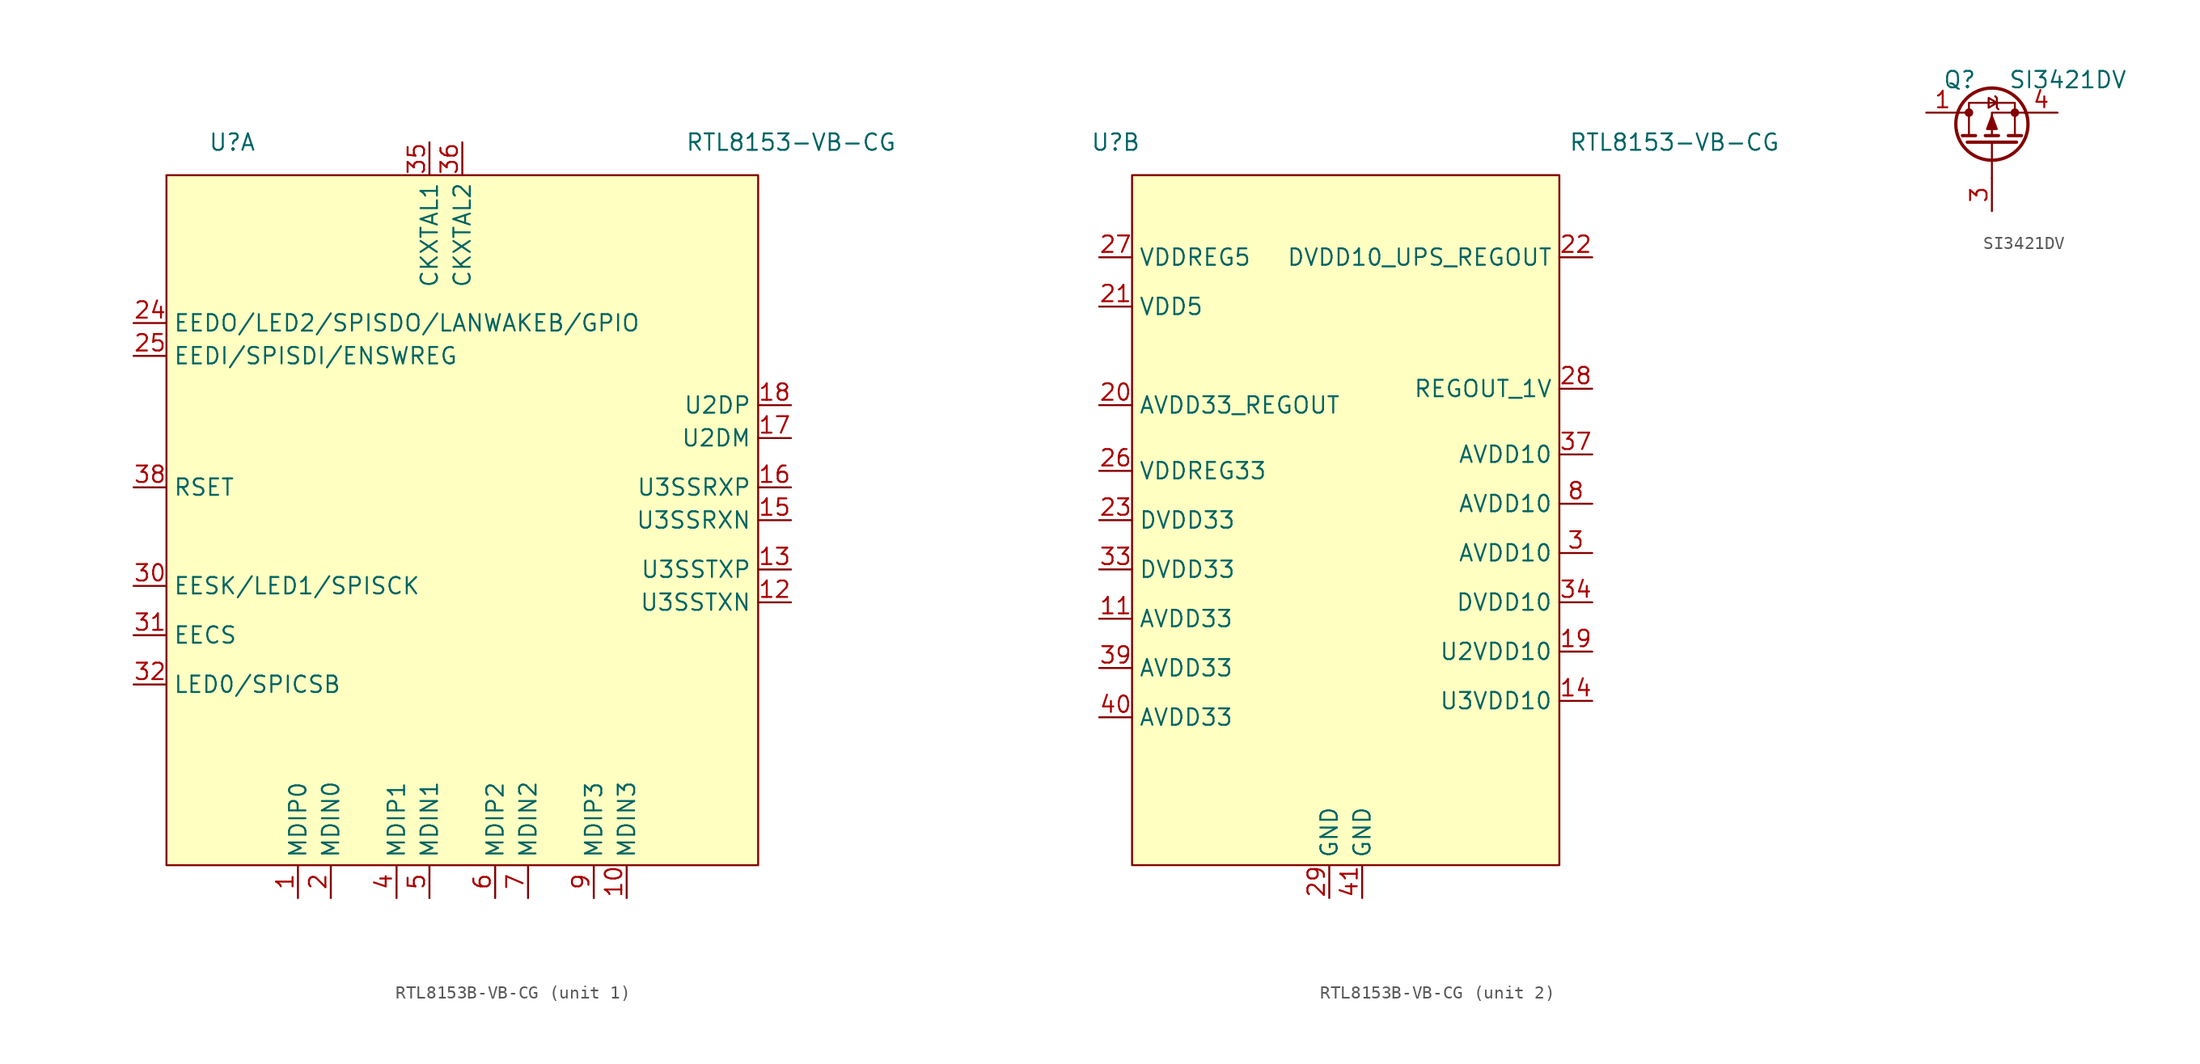
<source format=kicad_sym>
(kicad_symbol_lib
  (version 20231120)
  (generator "kicad_symbol_editor")
  (generator_version "8.0")
  (symbol "RTL8153B-VB-CG"
    (property "Reference" "U"
      (at -17.78 29.21 0)
      (effects (font (size 1.27 1.27))))
    (property "Value" "RTL8153-VB-CG"
      (at 25.4 29.21 0)
      (effects (font (size 1.27 1.27))))
    (property "ki_locked" ""
      (at 0 0 0)
      (effects (font (size 1.27 1.27))))
    (symbol "RTL8153B-VB-CG_1_1"
      (rectangle (start -22.86 26.67) (end 22.86 -26.67) (stroke (width 0) (type default)) (fill (type background)))
      (pin passive line (at -12.7 -29.21 90) (length 2.54) (name "MDIP0" (effects (font (size 1.27 1.27)))) (number "1" (effects (font (size 1.27 1.27)))))
      (pin passive line (at 12.7 -29.21 90) (length 2.54) (name "MDIN3" (effects (font (size 1.27 1.27)))) (number "10" (effects (font (size 1.27 1.27)))))
      (pin output line (at 25.4 -6.35 180) (length 2.54) (name "U3SSTXN" (effects (font (size 1.27 1.27)))) (number "12" (effects (font (size 1.27 1.27)))))
      (pin output line (at 25.4 -3.81 180) (length 2.54) (name "U3SSTXP" (effects (font (size 1.27 1.27)))) (number "13" (effects (font (size 1.27 1.27)))))
      (pin input line (at 25.4 0 180) (length 2.54) (name "U3SSRXN" (effects (font (size 1.27 1.27)))) (number "15" (effects (font (size 1.27 1.27)))))
      (pin input line (at 25.4 2.54 180) (length 2.54) (name "U3SSRXP" (effects (font (size 1.27 1.27)))) (number "16" (effects (font (size 1.27 1.27)))))
      (pin bidirectional line (at 25.4 6.35 180) (length 2.54) (name "U2DM" (effects (font (size 1.27 1.27)))) (number "17" (effects (font (size 1.27 1.27)))))
      (pin bidirectional line (at 25.4 8.89 180) (length 2.54) (name "U2DP" (effects (font (size 1.27 1.27)))) (number "18" (effects (font (size 1.27 1.27)))))
      (pin passive line (at -10.16 -29.21 90) (length 2.54) (name "MDIN0" (effects (font (size 1.27 1.27)))) (number "2" (effects (font (size 1.27 1.27)))))
      (pin passive line (at -25.4 15.24 0) (length 2.54) (name "EEDO/LED2/SPISDO/LANWAKEB/GPIO" (effects (font (size 1.27 1.27)))) (number "24" (effects (font (size 1.27 1.27)))))
      (pin passive line (at -25.4 12.7 0) (length 2.54) (name "EEDI/SPISDI/ENSWREG" (effects (font (size 1.27 1.27)))) (number "25" (effects (font (size 1.27 1.27)))))
      (pin passive line (at -25.4 -5.08 0) (length 2.54) (name "EESK/LED1/SPISCK" (effects (font (size 1.27 1.27)))) (number "30" (effects (font (size 1.27 1.27)))))
      (pin passive line (at -25.4 -8.89 0) (length 2.54) (name "EECS" (effects (font (size 1.27 1.27)))) (number "31" (effects (font (size 1.27 1.27)))))
      (pin passive line (at -25.4 -12.7 0) (length 2.54) (name "LED0/SPICSB" (effects (font (size 1.27 1.27)))) (number "32" (effects (font (size 1.27 1.27)))))
      (pin input line (at -2.54 29.21 270) (length 2.54) (name "CKXTAL1" (effects (font (size 1.27 1.27)))) (number "35" (effects (font (size 1.27 1.27)))))
      (pin bidirectional line (at 0 29.21 270) (length 2.54) (name "CKXTAL2" (effects (font (size 1.27 1.27)))) (number "36" (effects (font (size 1.27 1.27)))))
      (pin passive line (at -25.4 2.54 0) (length 2.54) (name "RSET" (effects (font (size 1.27 1.27)))) (number "38" (effects (font (size 1.27 1.27)))))
      (pin passive line (at -5.08 -29.21 90) (length 2.54) (name "MDIP1" (effects (font (size 1.27 1.27)))) (number "4" (effects (font (size 1.27 1.27)))))
      (pin passive line (at -2.54 -29.21 90) (length 2.54) (name "MDIN1" (effects (font (size 1.27 1.27)))) (number "5" (effects (font (size 1.27 1.27)))))
      (pin passive line (at 2.54 -29.21 90) (length 2.54) (name "MDIP2" (effects (font (size 1.27 1.27)))) (number "6" (effects (font (size 1.27 1.27)))))
      (pin passive line (at 5.08 -29.21 90) (length 2.54) (name "MDIN2" (effects (font (size 1.27 1.27)))) (number "7" (effects (font (size 1.27 1.27)))))
      (pin passive line (at 10.16 -29.21 90) (length 2.54) (name "MDIP3" (effects (font (size 1.27 1.27)))) (number "9" (effects (font (size 1.27 1.27))))))
    (symbol "RTL8153B-VB-CG_2_1"
      (rectangle (start -16.51 26.67) (end 16.51 -26.67) (stroke (width 0) (type default)) (fill (type background)))
      (pin power_in line (at -19.05 -7.62 0) (length 2.54) (name "AVDD33" (effects (font (size 1.27 1.27)))) (number "11" (effects (font (size 1.27 1.27)))))
      (pin power_in line (at 19.05 -13.97 180) (length 2.54) (name "U3VDD10" (effects (font (size 1.27 1.27)))) (number "14" (effects (font (size 1.27 1.27)))))
      (pin power_in line (at 19.05 -10.16 180) (length 2.54) (name "U2VDD10" (effects (font (size 1.27 1.27)))) (number "19" (effects (font (size 1.27 1.27)))))
      (pin power_out line (at -19.05 8.89 0) (length 2.54) (name "AVDD33_REGOUT" (effects (font (size 1.27 1.27)))) (number "20" (effects (font (size 1.27 1.27)))))
      (pin power_in line (at -19.05 16.51 0) (length 2.54) (name "VDD5" (effects (font (size 1.27 1.27)))) (number "21" (effects (font (size 1.27 1.27)))))
      (pin power_out line (at 19.05 20.32 180) (length 2.54) (name "DVDD10_UPS_REGOUT" (effects (font (size 1.27 1.27)))) (number "22" (effects (font (size 1.27 1.27)))))
      (pin power_in line (at -19.05 0 0) (length 2.54) (name "DVDD33" (effects (font (size 1.27 1.27)))) (number "23" (effects (font (size 1.27 1.27)))))
      (pin power_in line (at -19.05 3.81 0) (length 2.54) (name "VDDREG33" (effects (font (size 1.27 1.27)))) (number "26" (effects (font (size 1.27 1.27)))))
      (pin power_in line (at -19.05 20.32 0) (length 2.54) (name "VDDREG5" (effects (font (size 1.27 1.27)))) (number "27" (effects (font (size 1.27 1.27)))))
      (pin power_out line (at 19.05 10.16 180) (length 2.54) (name "REGOUT_1V" (effects (font (size 1.27 1.27)))) (number "28" (effects (font (size 1.27 1.27)))))
      (pin power_in line (at -1.27 -29.21 90) (length 2.54) (name "GND" (effects (font (size 1.27 1.27)))) (number "29" (effects (font (size 1.27 1.27)))))
      (pin power_in line (at 19.05 -2.54 180) (length 2.54) (name "AVDD10" (effects (font (size 1.27 1.27)))) (number "3" (effects (font (size 1.27 1.27)))))
      (pin power_in line (at -19.05 -3.81 0) (length 2.54) (name "DVDD33" (effects (font (size 1.27 1.27)))) (number "33" (effects (font (size 1.27 1.27)))))
      (pin power_in line (at 19.05 -6.35 180) (length 2.54) (name "DVDD10" (effects (font (size 1.27 1.27)))) (number "34" (effects (font (size 1.27 1.27)))))
      (pin power_in line (at 19.05 5.08 180) (length 2.54) (name "AVDD10" (effects (font (size 1.27 1.27)))) (number "37" (effects (font (size 1.27 1.27)))))
      (pin power_in line (at -19.05 -11.43 0) (length 2.54) (name "AVDD33" (effects (font (size 1.27 1.27)))) (number "39" (effects (font (size 1.27 1.27)))))
      (pin power_in line (at -19.05 -15.24 0) (length 2.54) (name "AVDD33" (effects (font (size 1.27 1.27)))) (number "40" (effects (font (size 1.27 1.27)))))
      (pin power_in line (at 1.27 -29.21 90) (length 2.54) (name "GND" (effects (font (size 1.27 1.27)))) (number "41" (effects (font (size 1.27 1.27)))))
      (pin power_in line (at 19.05 1.27 180) (length 2.54) (name "AVDD10" (effects (font (size 1.27 1.27)))) (number "8" (effects (font (size 1.27 1.27)))))))
  (symbol "SI3421DV"
    (pin_names
      (offset 0) hide)
    (property "Reference" "Q"
      (at -3.81 2.54 0)
      (effects (font (size 1.27 1.27)) (justify left)))
    (property "Value" "SI3421DV"
      (at 1.27 2.54 0)
      (effects (font (size 1.27 1.27)) (justify left)))
    (symbol "SI3421DV_0_1"
      (circle (center -1.778 0) (radius 0.254) (stroke (width 0) (type solid)) (fill (type outline)))
      (circle (center 0 -0.889) (radius 2.794) (stroke (width 0.254) (type solid)) (fill (type none)))
      (polyline (pts (xy -2.54 0) (xy -1.778 0)) (stroke (width 0) (type solid)) (fill (type none)))
      (polyline (pts (xy -2.286 -1.778) (xy -1.27 -1.778)) (stroke (width 0.254) (type solid)) (fill (type none)))
      (polyline (pts (xy -1.905 -2.286) (xy 1.905 -2.286)) (stroke (width 0.254) (type solid)) (fill (type none)))
      (polyline (pts (xy -0.508 -1.778) (xy 0.508 -1.778)) (stroke (width 0.254) (type solid)) (fill (type none)))
      (polyline (pts (xy 0 -2.286) (xy 0 -5.08)) (stroke (width 0) (type solid)) (fill (type none)))
      (polyline (pts (xy 1.27 -1.778) (xy 2.286 -1.778)) (stroke (width 0.254) (type solid)) (fill (type none)))
      (polyline (pts (xy 2.54 0) (xy 0 0) (xy 0 -1.778)) (stroke (width 0) (type solid)) (fill (type none)))
      (polyline (pts (xy -1.778 -1.778) (xy -1.778 0.762) (xy 1.778 0.762) (xy 1.778 -1.778)) (stroke (width 0) (type solid)) (fill (type none)))
      (polyline (pts (xy 0 -0.254) (xy -0.381 -1.27) (xy 0.381 -1.27) (xy 0 -0.254)) (stroke (width 0) (type solid)) (fill (type outline)))
      (polyline (pts (xy 0.381 0.762) (xy -0.254 0.381) (xy -0.254 1.143) (xy 0.381 0.762)) (stroke (width 0) (type solid)) (fill (type none)))
      (polyline (pts (xy 0.508 0.254) (xy 0.381 0.381) (xy 0.381 1.143) (xy 0.254 1.27)) (stroke (width 0) (type solid)) (fill (type none)))
      (circle (center 1.778 0) (radius 0.254) (stroke (width 0) (type solid)) (fill (type outline))))
    (symbol "SI3421DV_1_1"
      (pin passive line (at -5.08 0 0) (length 2.54) (name "D" (effects (font (size 1.27 1.27)))) (number "1" (effects (font (size 1.27 1.27)))))
      (pin passive line (at -5.08 0 0) (length 2.54) hide (name "D1" (effects (font (size 1.27 1.27)))) (number "2" (effects (font (size 1.27 1.27)))))
      (pin input line (at 0 -7.62 90) (length 2.54) (name "G" (effects (font (size 1.27 1.27)))) (number "3" (effects (font (size 1.27 1.27)))))
      (pin passive line (at 5.08 0 180) (length 2.54) (name "S" (effects (font (size 1.27 1.27)))) (number "4" (effects (font (size 1.27 1.27)))))
      (pin passive line (at -5.08 0 0) (length 2.54) hide (name "D2" (effects (font (size 1.27 1.27)))) (number "5" (effects (font (size 1.27 1.27)))))
      (pin passive line (at -5.08 0 0) (length 2.54) hide (name "D3" (effects (font (size 1.27 1.27)))) (number "6" (effects (font (size 1.27 1.27))))))))
</source>
